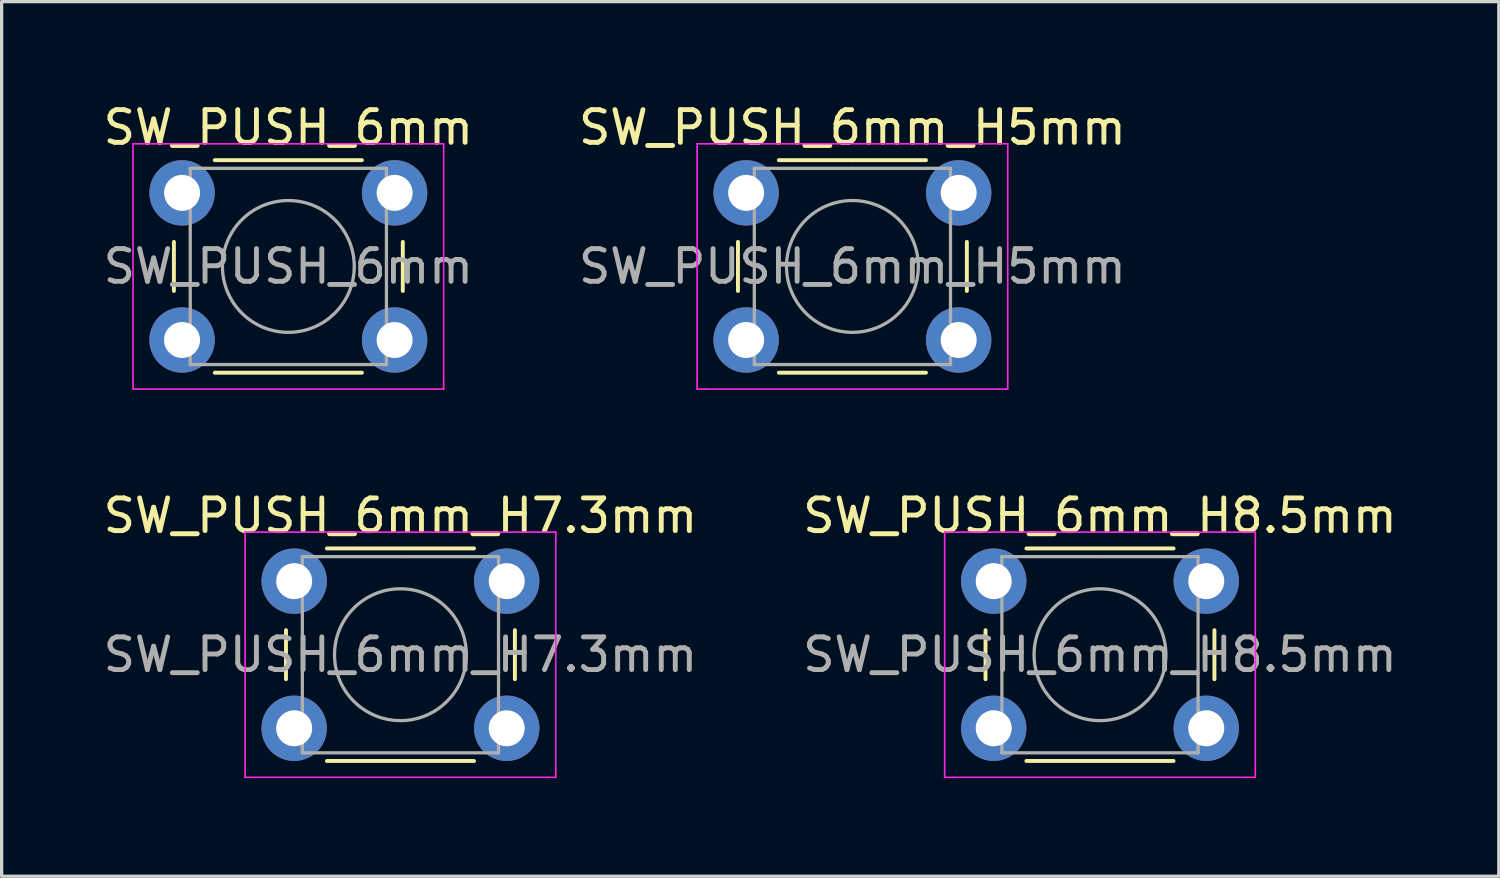
<source format=kicad_pcb>
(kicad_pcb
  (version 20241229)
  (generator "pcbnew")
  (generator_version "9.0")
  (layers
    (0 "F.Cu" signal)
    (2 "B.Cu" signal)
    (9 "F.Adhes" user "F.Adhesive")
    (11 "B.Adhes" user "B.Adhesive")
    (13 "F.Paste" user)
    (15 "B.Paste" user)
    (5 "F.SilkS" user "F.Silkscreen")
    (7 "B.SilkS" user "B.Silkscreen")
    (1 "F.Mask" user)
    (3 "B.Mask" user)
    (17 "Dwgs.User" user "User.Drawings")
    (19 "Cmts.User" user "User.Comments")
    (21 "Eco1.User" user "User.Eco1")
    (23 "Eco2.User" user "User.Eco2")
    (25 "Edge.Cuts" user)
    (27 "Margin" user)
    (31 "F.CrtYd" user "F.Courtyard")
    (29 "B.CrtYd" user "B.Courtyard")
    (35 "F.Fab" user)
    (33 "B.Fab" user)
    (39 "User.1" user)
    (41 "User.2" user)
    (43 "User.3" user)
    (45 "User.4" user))
  (footprint "SW_PUSH_6mm_H8.5mm"
    (layer "F.Cu")
    (at 27.339 14.722)
    (property "Reference" "SW_PUSH_6mm_H8.5mm" (at 3.25 -2 0) (layer "F.SilkS") (effects (font (size 1 1) (thickness 0.15))))
    (attr through_hole)
    (fp_line (start -0.25 1.5) (end -0.25 3) (stroke (width 0.12) (type solid)) (layer "F.SilkS"))
    (fp_line (start 1 5.5) (end 5.5 5.5) (stroke (width 0.12) (type solid)) (layer "F.SilkS"))
    (fp_line (start 5.5 -1) (end 1 -1) (stroke (width 0.12) (type solid)) (layer "F.SilkS"))
    (fp_line (start 6.75 3) (end 6.75 1.5) (stroke (width 0.12) (type solid)) (layer "F.SilkS"))
    (fp_line (start -1.5 -1.5) (end -1.25 -1.5) (stroke (width 0.05) (type solid)) (layer "F.CrtYd"))
    (fp_line (start -1.5 -1.25) (end -1.5 -1.5) (stroke (width 0.05) (type solid)) (layer "F.CrtYd"))
    (fp_line (start -1.5 5.75) (end -1.5 -1.25) (stroke (width 0.05) (type solid)) (layer "F.CrtYd"))
    (fp_line (start -1.5 5.75) (end -1.5 6) (stroke (width 0.05) (type solid)) (layer "F.CrtYd"))
    (fp_line (start -1.5 6) (end -1.25 6) (stroke (width 0.05) (type solid)) (layer "F.CrtYd"))
    (fp_line (start -1.25 -1.5) (end 7.75 -1.5) (stroke (width 0.05) (type solid)) (layer "F.CrtYd"))
    (fp_line (start 7.75 -1.5) (end 8 -1.5) (stroke (width 0.05) (type solid)) (layer "F.CrtYd"))
    (fp_line (start 7.75 6) (end -1.25 6) (stroke (width 0.05) (type solid)) (layer "F.CrtYd"))
    (fp_line (start 7.75 6) (end 8 6) (stroke (width 0.05) (type solid)) (layer "F.CrtYd"))
    (fp_line (start 8 -1.5) (end 8 -1.25) (stroke (width 0.05) (type solid)) (layer "F.CrtYd"))
    (fp_line (start 8 -1.25) (end 8 5.75) (stroke (width 0.05) (type solid)) (layer "F.CrtYd"))
    (fp_line (start 8 6) (end 8 5.75) (stroke (width 0.05) (type solid)) (layer "F.CrtYd"))
    (fp_line (start 0.25 -0.75) (end 3.25 -0.75) (stroke (width 0.1) (type solid)) (layer "F.Fab"))
    (fp_line (start 0.25 5.25) (end 0.25 -0.75) (stroke (width 0.1) (type solid)) (layer "F.Fab"))
    (fp_line (start 3.25 -0.75) (end 6.25 -0.75) (stroke (width 0.1) (type solid)) (layer "F.Fab"))
    (fp_line (start 6.25 -0.75) (end 6.25 5.25) (stroke (width 0.1) (type solid)) (layer "F.Fab"))
    (fp_line (start 6.25 5.25) (end 0.25 5.25) (stroke (width 0.1) (type solid)) (layer "F.Fab"))
    (fp_circle (center 3.25 2.25) (end 1.25 2.5) (stroke (width 0.1) (type solid)) (fill no) (layer "F.Fab"))
    (fp_text user "${REFERENCE}" (at 3.25 2.25 0) (layer "F.Fab") (effects (font (size 1 1) (thickness 0.15))))
    (pad "1" thru_hole circle (at 0 0 90) (size 2 2) (drill 1.1) (layers "*.Cu" "*.Mask"))
    (pad "1" thru_hole circle (at 6.5 0 90) (size 2 2) (drill 1.1) (layers "*.Cu" "*.Mask"))
    (pad "2" thru_hole circle (at 0 4.5 90) (size 2 2) (drill 1.1) (layers "*.Cu" "*.Mask"))
    (pad "2" thru_hole circle (at 6.5 4.5 90) (size 2 2) (drill 1.1) (layers "*.Cu" "*.Mask")))
  (footprint "SW_PUSH_6mm_H7.3mm"
    (layer "F.Cu")
    (at 5.946 14.722)
    (property "Reference" "SW_PUSH_6mm_H7.3mm" (at 3.25 -2 0) (layer "F.SilkS") (effects (font (size 1 1) (thickness 0.15))))
    (attr through_hole)
    (fp_line (start -0.25 1.5) (end -0.25 3) (stroke (width 0.12) (type solid)) (layer "F.SilkS"))
    (fp_line (start 1 5.5) (end 5.5 5.5) (stroke (width 0.12) (type solid)) (layer "F.SilkS"))
    (fp_line (start 5.5 -1) (end 1 -1) (stroke (width 0.12) (type solid)) (layer "F.SilkS"))
    (fp_line (start 6.75 3) (end 6.75 1.5) (stroke (width 0.12) (type solid)) (layer "F.SilkS"))
    (fp_line (start -1.5 -1.5) (end -1.25 -1.5) (stroke (width 0.05) (type solid)) (layer "F.CrtYd"))
    (fp_line (start -1.5 -1.25) (end -1.5 -1.5) (stroke (width 0.05) (type solid)) (layer "F.CrtYd"))
    (fp_line (start -1.5 5.75) (end -1.5 -1.25) (stroke (width 0.05) (type solid)) (layer "F.CrtYd"))
    (fp_line (start -1.5 5.75) (end -1.5 6) (stroke (width 0.05) (type solid)) (layer "F.CrtYd"))
    (fp_line (start -1.5 6) (end -1.25 6) (stroke (width 0.05) (type solid)) (layer "F.CrtYd"))
    (fp_line (start -1.25 -1.5) (end 7.75 -1.5) (stroke (width 0.05) (type solid)) (layer "F.CrtYd"))
    (fp_line (start 7.75 -1.5) (end 8 -1.5) (stroke (width 0.05) (type solid)) (layer "F.CrtYd"))
    (fp_line (start 7.75 6) (end -1.25 6) (stroke (width 0.05) (type solid)) (layer "F.CrtYd"))
    (fp_line (start 7.75 6) (end 8 6) (stroke (width 0.05) (type solid)) (layer "F.CrtYd"))
    (fp_line (start 8 -1.5) (end 8 -1.25) (stroke (width 0.05) (type solid)) (layer "F.CrtYd"))
    (fp_line (start 8 -1.25) (end 8 5.75) (stroke (width 0.05) (type solid)) (layer "F.CrtYd"))
    (fp_line (start 8 6) (end 8 5.75) (stroke (width 0.05) (type solid)) (layer "F.CrtYd"))
    (fp_line (start 0.25 -0.75) (end 3.25 -0.75) (stroke (width 0.1) (type solid)) (layer "F.Fab"))
    (fp_line (start 0.25 5.25) (end 0.25 -0.75) (stroke (width 0.1) (type solid)) (layer "F.Fab"))
    (fp_line (start 3.25 -0.75) (end 6.25 -0.75) (stroke (width 0.1) (type solid)) (layer "F.Fab"))
    (fp_line (start 6.25 -0.75) (end 6.25 5.25) (stroke (width 0.1) (type solid)) (layer "F.Fab"))
    (fp_line (start 6.25 5.25) (end 0.25 5.25) (stroke (width 0.1) (type solid)) (layer "F.Fab"))
    (fp_circle (center 3.25 2.25) (end 1.25 2.5) (stroke (width 0.1) (type solid)) (fill no) (layer "F.Fab"))
    (fp_text user "${REFERENCE}" (at 3.25 2.25 0) (layer "F.Fab") (effects (font (size 1 1) (thickness 0.15))))
    (pad "1" thru_hole circle (at 0 0 90) (size 2 2) (drill 1.1) (layers "*.Cu" "*.Mask"))
    (pad "1" thru_hole circle (at 6.5 0 90) (size 2 2) (drill 1.1) (layers "*.Cu" "*.Mask"))
    (pad "2" thru_hole circle (at 0 4.5 90) (size 2 2) (drill 1.1) (layers "*.Cu" "*.Mask"))
    (pad "2" thru_hole circle (at 6.5 4.5 90) (size 2 2) (drill 1.1) (layers "*.Cu" "*.Mask")))
  (footprint "SW_PUSH_6mm_H5mm"
    (layer "F.Cu")
    (at 19.768 2.848)
    (property "Reference" "SW_PUSH_6mm_H5mm" (at 3.25 -2 0) (layer "F.SilkS") (effects (font (size 1 1) (thickness 0.15))))
    (attr through_hole)
    (fp_line (start -0.25 1.5) (end -0.25 3) (stroke (width 0.12) (type solid)) (layer "F.SilkS"))
    (fp_line (start 1 5.5) (end 5.5 5.5) (stroke (width 0.12) (type solid)) (layer "F.SilkS"))
    (fp_line (start 5.5 -1) (end 1 -1) (stroke (width 0.12) (type solid)) (layer "F.SilkS"))
    (fp_line (start 6.75 3) (end 6.75 1.5) (stroke (width 0.12) (type solid)) (layer "F.SilkS"))
    (fp_line (start -1.5 -1.5) (end -1.25 -1.5) (stroke (width 0.05) (type solid)) (layer "F.CrtYd"))
    (fp_line (start -1.5 -1.25) (end -1.5 -1.5) (stroke (width 0.05) (type solid)) (layer "F.CrtYd"))
    (fp_line (start -1.5 5.75) (end -1.5 -1.25) (stroke (width 0.05) (type solid)) (layer "F.CrtYd"))
    (fp_line (start -1.5 5.75) (end -1.5 6) (stroke (width 0.05) (type solid)) (layer "F.CrtYd"))
    (fp_line (start -1.5 6) (end -1.25 6) (stroke (width 0.05) (type solid)) (layer "F.CrtYd"))
    (fp_line (start -1.25 -1.5) (end 7.75 -1.5) (stroke (width 0.05) (type solid)) (layer "F.CrtYd"))
    (fp_line (start 7.75 -1.5) (end 8 -1.5) (stroke (width 0.05) (type solid)) (layer "F.CrtYd"))
    (fp_line (start 7.75 6) (end -1.25 6) (stroke (width 0.05) (type solid)) (layer "F.CrtYd"))
    (fp_line (start 7.75 6) (end 8 6) (stroke (width 0.05) (type solid)) (layer "F.CrtYd"))
    (fp_line (start 8 -1.5) (end 8 -1.25) (stroke (width 0.05) (type solid)) (layer "F.CrtYd"))
    (fp_line (start 8 -1.25) (end 8 5.75) (stroke (width 0.05) (type solid)) (layer "F.CrtYd"))
    (fp_line (start 8 6) (end 8 5.75) (stroke (width 0.05) (type solid)) (layer "F.CrtYd"))
    (fp_line (start 0.25 -0.75) (end 3.25 -0.75) (stroke (width 0.1) (type solid)) (layer "F.Fab"))
    (fp_line (start 0.25 5.25) (end 0.25 -0.75) (stroke (width 0.1) (type solid)) (layer "F.Fab"))
    (fp_line (start 3.25 -0.75) (end 6.25 -0.75) (stroke (width 0.1) (type solid)) (layer "F.Fab"))
    (fp_line (start 6.25 -0.75) (end 6.25 5.25) (stroke (width 0.1) (type solid)) (layer "F.Fab"))
    (fp_line (start 6.25 5.25) (end 0.25 5.25) (stroke (width 0.1) (type solid)) (layer "F.Fab"))
    (fp_circle (center 3.25 2.25) (end 1.25 2.5) (stroke (width 0.1) (type solid)) (fill no) (layer "F.Fab"))
    (fp_text user "${REFERENCE}" (at 3.25 2.25 0) (layer "F.Fab") (effects (font (size 1 1) (thickness 0.15))))
    (pad "1" thru_hole circle (at 0 0 90) (size 2 2) (drill 1.1) (layers "*.Cu" "*.Mask"))
    (pad "1" thru_hole circle (at 6.5 0 90) (size 2 2) (drill 1.1) (layers "*.Cu" "*.Mask"))
    (pad "2" thru_hole circle (at 0 4.5 90) (size 2 2) (drill 1.1) (layers "*.Cu" "*.Mask"))
    (pad "2" thru_hole circle (at 6.5 4.5 90) (size 2 2) (drill 1.1) (layers "*.Cu" "*.Mask")))
  (footprint "SW_PUSH_6mm"
    (layer "F.Cu")
    (at 2.518 2.848)
    (property "Reference" "SW_PUSH_6mm" (at 3.25 -2 0) (layer "F.SilkS") (effects (font (size 1 1) (thickness 0.15))))
    (attr through_hole)
    (fp_line (start -0.25 1.5) (end -0.25 3) (stroke (width 0.12) (type solid)) (layer "F.SilkS"))
    (fp_line (start 1 5.5) (end 5.5 5.5) (stroke (width 0.12) (type solid)) (layer "F.SilkS"))
    (fp_line (start 5.5 -1) (end 1 -1) (stroke (width 0.12) (type solid)) (layer "F.SilkS"))
    (fp_line (start 6.75 3) (end 6.75 1.5) (stroke (width 0.12) (type solid)) (layer "F.SilkS"))
    (fp_line (start -1.5 -1.5) (end -1.25 -1.5) (stroke (width 0.05) (type solid)) (layer "F.CrtYd"))
    (fp_line (start -1.5 -1.25) (end -1.5 -1.5) (stroke (width 0.05) (type solid)) (layer "F.CrtYd"))
    (fp_line (start -1.5 5.75) (end -1.5 -1.25) (stroke (width 0.05) (type solid)) (layer "F.CrtYd"))
    (fp_line (start -1.5 5.75) (end -1.5 6) (stroke (width 0.05) (type solid)) (layer "F.CrtYd"))
    (fp_line (start -1.5 6) (end -1.25 6) (stroke (width 0.05) (type solid)) (layer "F.CrtYd"))
    (fp_line (start -1.25 -1.5) (end 7.75 -1.5) (stroke (width 0.05) (type solid)) (layer "F.CrtYd"))
    (fp_line (start 7.75 -1.5) (end 8 -1.5) (stroke (width 0.05) (type solid)) (layer "F.CrtYd"))
    (fp_line (start 7.75 6) (end -1.25 6) (stroke (width 0.05) (type solid)) (layer "F.CrtYd"))
    (fp_line (start 7.75 6) (end 8 6) (stroke (width 0.05) (type solid)) (layer "F.CrtYd"))
    (fp_line (start 8 -1.5) (end 8 -1.25) (stroke (width 0.05) (type solid)) (layer "F.CrtYd"))
    (fp_line (start 8 -1.25) (end 8 5.75) (stroke (width 0.05) (type solid)) (layer "F.CrtYd"))
    (fp_line (start 8 6) (end 8 5.75) (stroke (width 0.05) (type solid)) (layer "F.CrtYd"))
    (fp_line (start 0.25 -0.75) (end 3.25 -0.75) (stroke (width 0.1) (type solid)) (layer "F.Fab"))
    (fp_line (start 0.25 5.25) (end 0.25 -0.75) (stroke (width 0.1) (type solid)) (layer "F.Fab"))
    (fp_line (start 3.25 -0.75) (end 6.25 -0.75) (stroke (width 0.1) (type solid)) (layer "F.Fab"))
    (fp_line (start 6.25 -0.75) (end 6.25 5.25) (stroke (width 0.1) (type solid)) (layer "F.Fab"))
    (fp_line (start 6.25 5.25) (end 0.25 5.25) (stroke (width 0.1) (type solid)) (layer "F.Fab"))
    (fp_circle (center 3.25 2.25) (end 1.25 2.5) (stroke (width 0.1) (type solid)) (fill no) (layer "F.Fab"))
    (fp_text user "${REFERENCE}" (at 3.25 2.25 0) (layer "F.Fab") (effects (font (size 1 1) (thickness 0.15))))
    (pad "1" thru_hole circle (at 0 0 90) (size 2 2) (drill 1.1) (layers "*.Cu" "*.Mask"))
    (pad "1" thru_hole circle (at 6.5 0 90) (size 2 2) (drill 1.1) (layers "*.Cu" "*.Mask"))
    (pad "2" thru_hole circle (at 0 4.5 90) (size 2 2) (drill 1.1) (layers "*.Cu" "*.Mask"))
    (pad "2" thru_hole circle (at 6.5 4.5 90) (size 2 2) (drill 1.1) (layers "*.Cu" "*.Mask")))
  (gr_rect
    (start -3 -3)
    (end 42.786 23.747)
    (stroke (width 0.1) (type default))
    (fill no)
    (layer "Edge.Cuts")))
</source>
